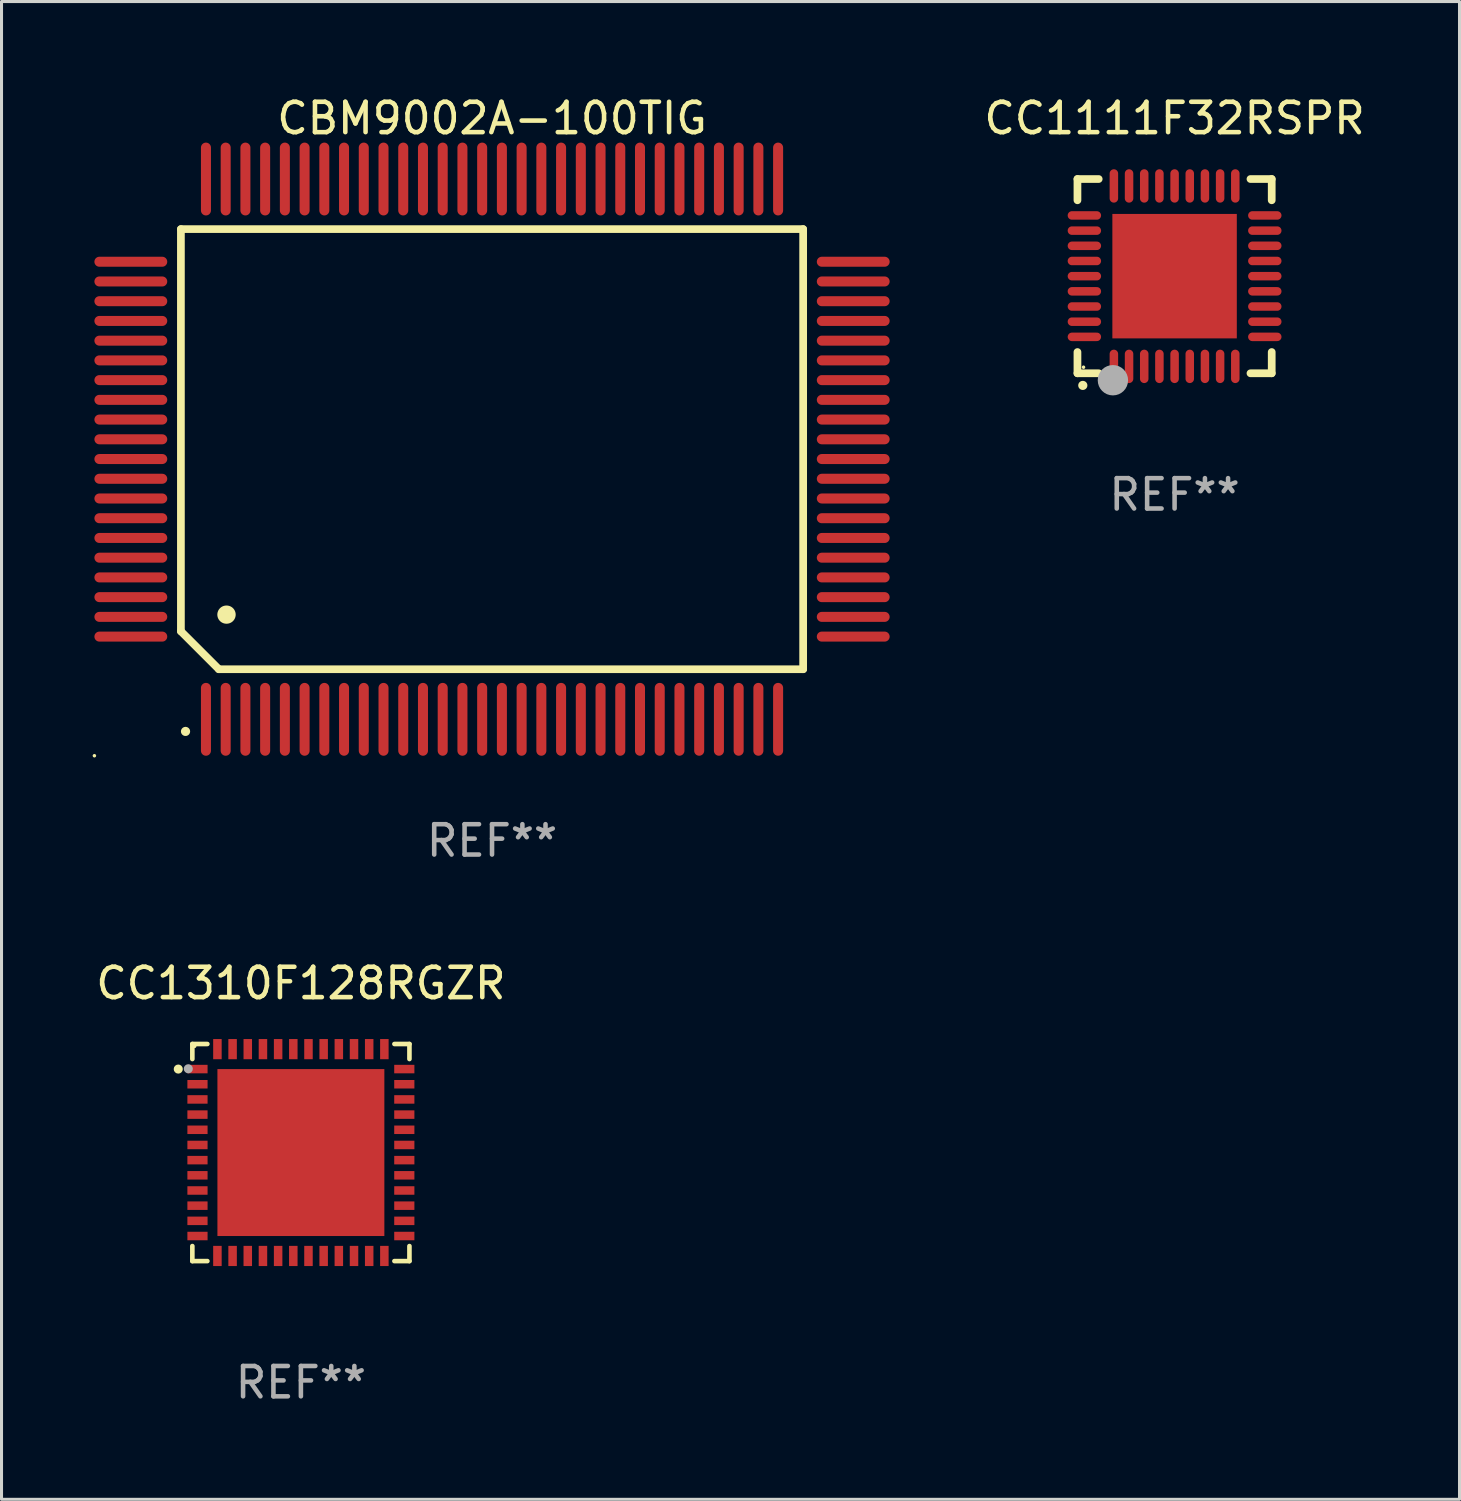
<source format=kicad_pcb>
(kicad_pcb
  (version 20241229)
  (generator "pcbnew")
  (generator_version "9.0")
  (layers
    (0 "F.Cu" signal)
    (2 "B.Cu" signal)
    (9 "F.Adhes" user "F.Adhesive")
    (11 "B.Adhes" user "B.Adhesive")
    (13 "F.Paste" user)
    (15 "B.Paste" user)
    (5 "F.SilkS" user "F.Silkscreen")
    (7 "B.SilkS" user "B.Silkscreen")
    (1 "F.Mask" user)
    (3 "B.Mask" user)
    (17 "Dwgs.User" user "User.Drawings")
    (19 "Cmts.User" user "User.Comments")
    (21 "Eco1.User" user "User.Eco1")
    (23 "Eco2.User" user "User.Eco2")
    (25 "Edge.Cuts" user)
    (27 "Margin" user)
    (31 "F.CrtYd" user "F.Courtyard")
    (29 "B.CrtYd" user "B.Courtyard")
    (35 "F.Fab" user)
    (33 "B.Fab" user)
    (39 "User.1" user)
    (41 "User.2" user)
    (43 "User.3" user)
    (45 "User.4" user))
  (footprint "CBM9002A-100TIG"
    (layer "F.Cu")
    (at 13.16 11.748)
    (property "Reference" "CBM9002A-100TIG" (at 0 -10.9 0) (layer "F.SilkS") (effects (font (size 1 1) (thickness 0.15))))
    (attr through_hole)
    (fp_line (start -10.25 -7.25) (end 10.25 -7.25) (stroke (width 0.254) (type solid)) (layer "F.SilkS"))
    (fp_line (start -10.25 6) (end -10.25 -7.25) (stroke (width 0.254) (type solid)) (layer "F.SilkS"))
    (fp_line (start -9 7.25) (end -10.25 6) (stroke (width 0.254) (type solid)) (layer "F.SilkS"))
    (fp_line (start 10.25 -7.25) (end 10.25 7.25) (stroke (width 0.254) (type solid)) (layer "F.SilkS"))
    (fp_line (start 10.25 7.25) (end -9 7.25) (stroke (width 0.254) (type solid)) (layer "F.SilkS"))
    (fp_arc (start -10.09906 9.298959) (mid -10.09779 9.298954) (end -10.09652 9.298959) (stroke (width 0.3) (type solid)) (layer "F.SilkS"))
    (fp_arc (start -8.750318 5.450851) (mid -8.747778 5.45084) (end -8.745238 5.450851) (stroke (width 0.6) (type solid)) (layer "F.SilkS"))
    (fp_circle (center -13.1 10.1) (end -13.07 10.1) (stroke (width 0.06) (type solid)) (fill no) (layer "F.SilkS"))
    (fp_text user "REF**" (at 0 12.9 0) (layer "F.Fab") (effects (font (size 1 1) (thickness 0.15))))
    (pad "1" smd oval (at -9.425 8.9 180) (size 0.33 2.4) (layers "F.Cu" "F.Mask" "F.Paste"))
    (pad "2" smd oval (at -8.775 8.9 180) (size 0.33 2.4) (layers "F.Cu" "F.Mask" "F.Paste"))
    (pad "3" smd oval (at -8.125 8.9 180) (size 0.33 2.4) (layers "F.Cu" "F.Mask" "F.Paste"))
    (pad "4" smd oval (at -7.475 8.9 180) (size 0.33 2.4) (layers "F.Cu" "F.Mask" "F.Paste"))
    (pad "5" smd oval (at -6.825 8.9 180) (size 0.33 2.4) (layers "F.Cu" "F.Mask" "F.Paste"))
    (pad "6" smd oval (at -6.175 8.9 180) (size 0.33 2.4) (layers "F.Cu" "F.Mask" "F.Paste"))
    (pad "7" smd oval (at -5.525 8.9 180) (size 0.33 2.4) (layers "F.Cu" "F.Mask" "F.Paste"))
    (pad "8" smd oval (at -4.875 8.9 180) (size 0.33 2.4) (layers "F.Cu" "F.Mask" "F.Paste"))
    (pad "9" smd oval (at -4.225 8.9 180) (size 0.33 2.4) (layers "F.Cu" "F.Mask" "F.Paste"))
    (pad "10" smd oval (at -3.575 8.9 180) (size 0.33 2.4) (layers "F.Cu" "F.Mask" "F.Paste"))
    (pad "11" smd oval (at -2.925 8.9 180) (size 0.33 2.4) (layers "F.Cu" "F.Mask" "F.Paste"))
    (pad "12" smd oval (at -2.275 8.9 180) (size 0.33 2.4) (layers "F.Cu" "F.Mask" "F.Paste"))
    (pad "13" smd oval (at -1.625 8.9 180) (size 0.33 2.4) (layers "F.Cu" "F.Mask" "F.Paste"))
    (pad "14" smd oval (at -0.975 8.9 180) (size 0.33 2.4) (layers "F.Cu" "F.Mask" "F.Paste"))
    (pad "15" smd oval (at -0.325 8.9 180) (size 0.33 2.4) (layers "F.Cu" "F.Mask" "F.Paste"))
    (pad "16" smd oval (at 0.325 8.9 180) (size 0.33 2.4) (layers "F.Cu" "F.Mask" "F.Paste"))
    (pad "17" smd oval (at 0.975 8.9 180) (size 0.33 2.4) (layers "F.Cu" "F.Mask" "F.Paste"))
    (pad "18" smd oval (at 1.625 8.9 180) (size 0.33 2.4) (layers "F.Cu" "F.Mask" "F.Paste"))
    (pad "19" smd oval (at 2.275 8.9 180) (size 0.33 2.4) (layers "F.Cu" "F.Mask" "F.Paste"))
    (pad "20" smd oval (at 2.925 8.9 180) (size 0.33 2.4) (layers "F.Cu" "F.Mask" "F.Paste"))
    (pad "21" smd oval (at 3.575 8.9 180) (size 0.33 2.4) (layers "F.Cu" "F.Mask" "F.Paste"))
    (pad "22" smd oval (at 4.225 8.9 180) (size 0.33 2.4) (layers "F.Cu" "F.Mask" "F.Paste"))
    (pad "23" smd oval (at 4.875 8.9 180) (size 0.33 2.4) (layers "F.Cu" "F.Mask" "F.Paste"))
    (pad "24" smd oval (at 5.525 8.9 180) (size 0.33 2.4) (layers "F.Cu" "F.Mask" "F.Paste"))
    (pad "25" smd oval (at 6.175 8.9 180) (size 0.33 2.4) (layers "F.Cu" "F.Mask" "F.Paste"))
    (pad "26" smd oval (at 6.825 8.9 180) (size 0.33 2.4) (layers "F.Cu" "F.Mask" "F.Paste"))
    (pad "27" smd oval (at 7.475 8.9 180) (size 0.33 2.4) (layers "F.Cu" "F.Mask" "F.Paste"))
    (pad "28" smd oval (at 8.125 8.9 180) (size 0.33 2.4) (layers "F.Cu" "F.Mask" "F.Paste"))
    (pad "29" smd oval (at 8.775 8.9 180) (size 0.33 2.4) (layers "F.Cu" "F.Mask" "F.Paste"))
    (pad "30" smd oval (at 9.425 8.9 180) (size 0.33 2.4) (layers "F.Cu" "F.Mask" "F.Paste"))
    (pad "31" smd oval (at 11.9 6.175 270) (size 0.33 2.4) (layers "F.Cu" "F.Mask" "F.Paste"))
    (pad "32" smd oval (at 11.9 5.525 270) (size 0.33 2.4) (layers "F.Cu" "F.Mask" "F.Paste"))
    (pad "33" smd oval (at 11.9 4.875 270) (size 0.33 2.4) (layers "F.Cu" "F.Mask" "F.Paste"))
    (pad "34" smd oval (at 11.9 4.225 270) (size 0.33 2.4) (layers "F.Cu" "F.Mask" "F.Paste"))
    (pad "35" smd oval (at 11.9 3.575 270) (size 0.33 2.4) (layers "F.Cu" "F.Mask" "F.Paste"))
    (pad "36" smd oval (at 11.9 2.925 270) (size 0.33 2.4) (layers "F.Cu" "F.Mask" "F.Paste"))
    (pad "37" smd oval (at 11.9 2.275 270) (size 0.33 2.4) (layers "F.Cu" "F.Mask" "F.Paste"))
    (pad "38" smd oval (at 11.9 1.625 270) (size 0.33 2.4) (layers "F.Cu" "F.Mask" "F.Paste"))
    (pad "39" smd oval (at 11.9 0.975 270) (size 0.33 2.4) (layers "F.Cu" "F.Mask" "F.Paste"))
    (pad "40" smd oval (at 11.9 0.325 270) (size 0.33 2.4) (layers "F.Cu" "F.Mask" "F.Paste"))
    (pad "41" smd oval (at 11.9 -0.325 270) (size 0.33 2.4) (layers "F.Cu" "F.Mask" "F.Paste"))
    (pad "42" smd oval (at 11.9 -0.975 270) (size 0.33 2.4) (layers "F.Cu" "F.Mask" "F.Paste"))
    (pad "43" smd oval (at 11.9 -1.625 270) (size 0.33 2.4) (layers "F.Cu" "F.Mask" "F.Paste"))
    (pad "44" smd oval (at 11.9 -2.275 270) (size 0.33 2.4) (layers "F.Cu" "F.Mask" "F.Paste"))
    (pad "45" smd oval (at 11.9 -2.925 270) (size 0.33 2.4) (layers "F.Cu" "F.Mask" "F.Paste"))
    (pad "46" smd oval (at 11.9 -3.575 270) (size 0.33 2.4) (layers "F.Cu" "F.Mask" "F.Paste"))
    (pad "47" smd oval (at 11.9 -4.225 270) (size 0.33 2.4) (layers "F.Cu" "F.Mask" "F.Paste"))
    (pad "48" smd oval (at 11.9 -4.875 270) (size 0.33 2.4) (layers "F.Cu" "F.Mask" "F.Paste"))
    (pad "49" smd oval (at 11.9 -5.525 270) (size 0.33 2.4) (layers "F.Cu" "F.Mask" "F.Paste"))
    (pad "50" smd oval (at 11.9 -6.175 270) (size 0.33 2.4) (layers "F.Cu" "F.Mask" "F.Paste"))
    (pad "51" smd oval (at 9.425 -8.9) (size 0.33 2.4) (layers "F.Cu" "F.Mask" "F.Paste"))
    (pad "52" smd oval (at 8.775 -8.9) (size 0.33 2.4) (layers "F.Cu" "F.Mask" "F.Paste"))
    (pad "53" smd oval (at 8.125 -8.9) (size 0.33 2.4) (layers "F.Cu" "F.Mask" "F.Paste"))
    (pad "54" smd oval (at 7.475 -8.9) (size 0.33 2.4) (layers "F.Cu" "F.Mask" "F.Paste"))
    (pad "55" smd oval (at 6.825 -8.9) (size 0.33 2.4) (layers "F.Cu" "F.Mask" "F.Paste"))
    (pad "56" smd oval (at 6.175 -8.9) (size 0.33 2.4) (layers "F.Cu" "F.Mask" "F.Paste"))
    (pad "57" smd oval (at 5.525 -8.9) (size 0.33 2.4) (layers "F.Cu" "F.Mask" "F.Paste"))
    (pad "58" smd oval (at 4.875 -8.9) (size 0.33 2.4) (layers "F.Cu" "F.Mask" "F.Paste"))
    (pad "59" smd oval (at 4.225 -8.9) (size 0.33 2.4) (layers "F.Cu" "F.Mask" "F.Paste"))
    (pad "60" smd oval (at 3.575 -8.9) (size 0.33 2.4) (layers "F.Cu" "F.Mask" "F.Paste"))
    (pad "61" smd oval (at 2.925 -8.9) (size 0.33 2.4) (layers "F.Cu" "F.Mask" "F.Paste"))
    (pad "62" smd oval (at 2.275 -8.9) (size 0.33 2.4) (layers "F.Cu" "F.Mask" "F.Paste"))
    (pad "63" smd oval (at 1.625 -8.9) (size 0.33 2.4) (layers "F.Cu" "F.Mask" "F.Paste"))
    (pad "64" smd oval (at 0.975 -8.9) (size 0.33 2.4) (layers "F.Cu" "F.Mask" "F.Paste"))
    (pad "65" smd oval (at 0.325 -8.9) (size 0.33 2.4) (layers "F.Cu" "F.Mask" "F.Paste"))
    (pad "66" smd oval (at -0.325 -8.9) (size 0.33 2.4) (layers "F.Cu" "F.Mask" "F.Paste"))
    (pad "67" smd oval (at -0.975 -8.9) (size 0.33 2.4) (layers "F.Cu" "F.Mask" "F.Paste"))
    (pad "68" smd oval (at -1.625 -8.9) (size 0.33 2.4) (layers "F.Cu" "F.Mask" "F.Paste"))
    (pad "69" smd oval (at -2.275 -8.9) (size 0.33 2.4) (layers "F.Cu" "F.Mask" "F.Paste"))
    (pad "70" smd oval (at -2.925 -8.9) (size 0.33 2.4) (layers "F.Cu" "F.Mask" "F.Paste"))
    (pad "71" smd oval (at -3.575 -8.9) (size 0.33 2.4) (layers "F.Cu" "F.Mask" "F.Paste"))
    (pad "72" smd oval (at -4.225 -8.9) (size 0.33 2.4) (layers "F.Cu" "F.Mask" "F.Paste"))
    (pad "73" smd oval (at -4.875 -8.9) (size 0.33 2.4) (layers "F.Cu" "F.Mask" "F.Paste"))
    (pad "74" smd oval (at -5.525 -8.9) (size 0.33 2.4) (layers "F.Cu" "F.Mask" "F.Paste"))
    (pad "75" smd oval (at -6.175 -8.9) (size 0.33 2.4) (layers "F.Cu" "F.Mask" "F.Paste"))
    (pad "76" smd oval (at -6.825 -8.9) (size 0.33 2.4) (layers "F.Cu" "F.Mask" "F.Paste"))
    (pad "77" smd oval (at -7.475 -8.9) (size 0.33 2.4) (layers "F.Cu" "F.Mask" "F.Paste"))
    (pad "78" smd oval (at -8.125 -8.9) (size 0.33 2.4) (layers "F.Cu" "F.Mask" "F.Paste"))
    (pad "79" smd oval (at -8.775 -8.9) (size 0.33 2.4) (layers "F.Cu" "F.Mask" "F.Paste"))
    (pad "80" smd oval (at -9.425 -8.9) (size 0.33 2.4) (layers "F.Cu" "F.Mask" "F.Paste"))
    (pad "81" smd oval (at -11.9 -6.175 90) (size 0.33 2.4) (layers "F.Cu" "F.Mask" "F.Paste"))
    (pad "82" smd oval (at -11.9 -5.525 90) (size 0.33 2.4) (layers "F.Cu" "F.Mask" "F.Paste"))
    (pad "83" smd oval (at -11.9 -4.875 90) (size 0.33 2.4) (layers "F.Cu" "F.Mask" "F.Paste"))
    (pad "84" smd oval (at -11.9 -4.225 90) (size 0.33 2.4) (layers "F.Cu" "F.Mask" "F.Paste"))
    (pad "85" smd oval (at -11.9 -3.575 90) (size 0.33 2.4) (layers "F.Cu" "F.Mask" "F.Paste"))
    (pad "86" smd oval (at -11.9 -2.925 90) (size 0.33 2.4) (layers "F.Cu" "F.Mask" "F.Paste"))
    (pad "87" smd oval (at -11.9 -2.275 90) (size 0.33 2.4) (layers "F.Cu" "F.Mask" "F.Paste"))
    (pad "88" smd oval (at -11.9 -1.625 90) (size 0.33 2.4) (layers "F.Cu" "F.Mask" "F.Paste"))
    (pad "89" smd oval (at -11.9 -0.975 90) (size 0.33 2.4) (layers "F.Cu" "F.Mask" "F.Paste"))
    (pad "90" smd oval (at -11.9 -0.325 90) (size 0.33 2.4) (layers "F.Cu" "F.Mask" "F.Paste"))
    (pad "91" smd oval (at -11.9 0.325 90) (size 0.33 2.4) (layers "F.Cu" "F.Mask" "F.Paste"))
    (pad "92" smd oval (at -11.9 0.975 90) (size 0.33 2.4) (layers "F.Cu" "F.Mask" "F.Paste"))
    (pad "93" smd oval (at -11.9 1.625 90) (size 0.33 2.4) (layers "F.Cu" "F.Mask" "F.Paste"))
    (pad "94" smd oval (at -11.9 2.275 90) (size 0.33 2.4) (layers "F.Cu" "F.Mask" "F.Paste"))
    (pad "95" smd oval (at -11.9 2.925 90) (size 0.33 2.4) (layers "F.Cu" "F.Mask" "F.Paste"))
    (pad "96" smd oval (at -11.9 3.575 90) (size 0.33 2.4) (layers "F.Cu" "F.Mask" "F.Paste"))
    (pad "97" smd oval (at -11.9 4.225 90) (size 0.33 2.4) (layers "F.Cu" "F.Mask" "F.Paste"))
    (pad "98" smd oval (at -11.9 4.875 90) (size 0.33 2.4) (layers "F.Cu" "F.Mask" "F.Paste"))
    (pad "99" smd oval (at -11.9 5.525 90) (size 0.33 2.4) (layers "F.Cu" "F.Mask" "F.Paste"))
    (pad "100" smd oval (at -11.9 6.175 90) (size 0.33 2.4) (layers "F.Cu" "F.Mask" "F.Paste")))
  (footprint "CC1310F128RGZR"
    (layer "F.Cu")
    (at 6.863 34.921)
    (property "Reference" "CC1310F128RGZR" (at 0 -5.576 0) (layer "F.SilkS") (effects (font (size 1 1) (thickness 0.15))))
    (attr through_hole)
    (fp_line (start -3.576 -3.576) (end -3.576 -3.081) (stroke (width 0.152) (type solid)) (layer "F.SilkS"))
    (fp_line (start -3.576 3.576) (end -3.576 3.081) (stroke (width 0.152) (type solid)) (layer "F.SilkS"))
    (fp_line (start -3.081 -3.576) (end -3.576 -3.576) (stroke (width 0.152) (type solid)) (layer "F.SilkS"))
    (fp_line (start -3.081 3.576) (end -3.576 3.576) (stroke (width 0.152) (type solid)) (layer "F.SilkS"))
    (fp_line (start 3.081 -3.576) (end 3.576 -3.576) (stroke (width 0.152) (type solid)) (layer "F.SilkS"))
    (fp_line (start 3.081 3.576) (end 3.576 3.576) (stroke (width 0.152) (type solid)) (layer "F.SilkS"))
    (fp_line (start 3.576 -3.576) (end 3.576 -3.081) (stroke (width 0.152) (type solid)) (layer "F.SilkS"))
    (fp_line (start 3.576 3.576) (end 3.576 3.081) (stroke (width 0.152) (type solid)) (layer "F.SilkS"))
    (fp_circle (center -4.04 -2.75) (end -3.965 -2.75) (stroke (width 0.15) (type solid)) (fill no) (layer "F.SilkS"))
    (fp_circle (center -3.5 -3.5) (end -3.47 -3.5) (stroke (width 0.06) (type solid)) (fill no) (layer "F.SilkS"))
    (fp_circle (center -3.71 -2.76) (end -3.635 -2.76) (stroke (width 0.15) (type solid)) (fill no) (layer "F.Fab"))
    (fp_text user "REF**" (at 0 7.576 0) (layer "F.Fab") (effects (font (size 1 1) (thickness 0.15))))
    (pad "1" smd rect (at -3.407 -2.75) (size 0.665 0.28) (layers "F.Cu" "F.Mask" "F.Paste"))
    (pad "2" smd rect (at -3.407 -2.25) (size 0.665 0.28) (layers "F.Cu" "F.Mask" "F.Paste"))
    (pad "3" smd rect (at -3.407 -1.75) (size 0.665 0.28) (layers "F.Cu" "F.Mask" "F.Paste"))
    (pad "4" smd rect (at -3.407 -1.25) (size 0.665 0.28) (layers "F.Cu" "F.Mask" "F.Paste"))
    (pad "5" smd rect (at -3.407 -0.75) (size 0.665 0.28) (layers "F.Cu" "F.Mask" "F.Paste"))
    (pad "6" smd rect (at -3.407 -0.25) (size 0.665 0.28) (layers "F.Cu" "F.Mask" "F.Paste"))
    (pad "7" smd rect (at -3.407 0.25) (size 0.665 0.28) (layers "F.Cu" "F.Mask" "F.Paste"))
    (pad "8" smd rect (at -3.407 0.75) (size 0.665 0.28) (layers "F.Cu" "F.Mask" "F.Paste"))
    (pad "9" smd rect (at -3.407 1.25) (size 0.665 0.28) (layers "F.Cu" "F.Mask" "F.Paste"))
    (pad "10" smd rect (at -3.407 1.75) (size 0.665 0.28) (layers "F.Cu" "F.Mask" "F.Paste"))
    (pad "11" smd rect (at -3.407 2.25) (size 0.665 0.28) (layers "F.Cu" "F.Mask" "F.Paste"))
    (pad "12" smd rect (at -3.407 2.75) (size 0.665 0.28) (layers "F.Cu" "F.Mask" "F.Paste"))
    (pad "13" smd rect (at -2.75 3.407) (size 0.28 0.665) (layers "F.Cu" "F.Mask" "F.Paste"))
    (pad "14" smd rect (at -2.25 3.407) (size 0.28 0.665) (layers "F.Cu" "F.Mask" "F.Paste"))
    (pad "15" smd rect (at -1.75 3.407) (size 0.28 0.665) (layers "F.Cu" "F.Mask" "F.Paste"))
    (pad "16" smd rect (at -1.25 3.407) (size 0.28 0.665) (layers "F.Cu" "F.Mask" "F.Paste"))
    (pad "17" smd rect (at -0.75 3.407) (size 0.28 0.665) (layers "F.Cu" "F.Mask" "F.Paste"))
    (pad "18" smd rect (at -0.25 3.407) (size 0.28 0.665) (layers "F.Cu" "F.Mask" "F.Paste"))
    (pad "19" smd rect (at 0.25 3.407) (size 0.28 0.665) (layers "F.Cu" "F.Mask" "F.Paste"))
    (pad "20" smd rect (at 0.75 3.407) (size 0.28 0.665) (layers "F.Cu" "F.Mask" "F.Paste"))
    (pad "21" smd rect (at 1.25 3.407) (size 0.28 0.665) (layers "F.Cu" "F.Mask" "F.Paste"))
    (pad "22" smd rect (at 1.75 3.407) (size 0.28 0.665) (layers "F.Cu" "F.Mask" "F.Paste"))
    (pad "23" smd rect (at 2.25 3.407) (size 0.28 0.665) (layers "F.Cu" "F.Mask" "F.Paste"))
    (pad "24" smd rect (at 2.75 3.407) (size 0.28 0.665) (layers "F.Cu" "F.Mask" "F.Paste"))
    (pad "25" smd rect (at 3.407 2.75) (size 0.665 0.28) (layers "F.Cu" "F.Mask" "F.Paste"))
    (pad "26" smd rect (at 3.407 2.25) (size 0.665 0.28) (layers "F.Cu" "F.Mask" "F.Paste"))
    (pad "27" smd rect (at 3.407 1.75) (size 0.665 0.28) (layers "F.Cu" "F.Mask" "F.Paste"))
    (pad "28" smd rect (at 3.407 1.25) (size 0.665 0.28) (layers "F.Cu" "F.Mask" "F.Paste"))
    (pad "29" smd rect (at 3.407 0.75) (size 0.665 0.28) (layers "F.Cu" "F.Mask" "F.Paste"))
    (pad "30" smd rect (at 3.407 0.25) (size 0.665 0.28) (layers "F.Cu" "F.Mask" "F.Paste"))
    (pad "31" smd rect (at 3.407 -0.25) (size 0.665 0.28) (layers "F.Cu" "F.Mask" "F.Paste"))
    (pad "32" smd rect (at 3.407 -0.75) (size 0.665 0.28) (layers "F.Cu" "F.Mask" "F.Paste"))
    (pad "33" smd rect (at 3.407 -1.25) (size 0.665 0.28) (layers "F.Cu" "F.Mask" "F.Paste"))
    (pad "34" smd rect (at 3.407 -1.75) (size 0.665 0.28) (layers "F.Cu" "F.Mask" "F.Paste"))
    (pad "35" smd rect (at 3.407 -2.25) (size 0.665 0.28) (layers "F.Cu" "F.Mask" "F.Paste"))
    (pad "36" smd rect (at 3.407 -2.75) (size 0.665 0.28) (layers "F.Cu" "F.Mask" "F.Paste"))
    (pad "37" smd rect (at 2.75 -3.407) (size 0.28 0.665) (layers "F.Cu" "F.Mask" "F.Paste"))
    (pad "38" smd rect (at 2.25 -3.407) (size 0.28 0.665) (layers "F.Cu" "F.Mask" "F.Paste"))
    (pad "39" smd rect (at 1.75 -3.407) (size 0.28 0.665) (layers "F.Cu" "F.Mask" "F.Paste"))
    (pad "40" smd rect (at 1.25 -3.407) (size 0.28 0.665) (layers "F.Cu" "F.Mask" "F.Paste"))
    (pad "41" smd rect (at 0.75 -3.407) (size 0.28 0.665) (layers "F.Cu" "F.Mask" "F.Paste"))
    (pad "42" smd rect (at 0.25 -3.407) (size 0.28 0.665) (layers "F.Cu" "F.Mask" "F.Paste"))
    (pad "43" smd rect (at -0.25 -3.407) (size 0.28 0.665) (layers "F.Cu" "F.Mask" "F.Paste"))
    (pad "44" smd rect (at -0.75 -3.407) (size 0.28 0.665) (layers "F.Cu" "F.Mask" "F.Paste"))
    (pad "45" smd rect (at -1.25 -3.407) (size 0.28 0.665) (layers "F.Cu" "F.Mask" "F.Paste"))
    (pad "46" smd rect (at -1.75 -3.407) (size 0.28 0.665) (layers "F.Cu" "F.Mask" "F.Paste"))
    (pad "47" smd rect (at -2.25 -3.407) (size 0.28 0.665) (layers "F.Cu" "F.Mask" "F.Paste"))
    (pad "48" smd rect (at -2.75 -3.407) (size 0.28 0.665) (layers "F.Cu" "F.Mask" "F.Paste"))
    (pad "49" smd rect (at 0 0) (size 5.5 5.5) (layers "F.Cu" "F.Mask" "F.Paste")))
  (footprint "CC1111F32RSPR"
    (layer "F.Cu")
    (at 35.647 6.048)
    (property "Reference" "CC1111F32RSPR" (at 0 -5.2 0) (layer "F.SilkS") (effects (font (size 1 1) (thickness 0.15))))
    (attr through_hole)
    (fp_line (start -3.2 -3.2) (end -2.5 -3.2) (stroke (width 0.254) (type solid)) (layer "F.SilkS"))
    (fp_line (start -3.2 -2.5) (end -3.2 -3.2) (stroke (width 0.254) (type solid)) (layer "F.SilkS"))
    (fp_line (start -3.2 3.2) (end -3.2 2.5) (stroke (width 0.254) (type solid)) (layer "F.SilkS"))
    (fp_line (start -2.5 3.2) (end -3.2 3.2) (stroke (width 0.254) (type solid)) (layer "F.SilkS"))
    (fp_line (start 3.2 -3.2) (end 2.5 -3.2) (stroke (width 0.254) (type solid)) (layer "F.SilkS"))
    (fp_line (start 3.2 -2.5) (end 3.2 -3.2) (stroke (width 0.254) (type solid)) (layer "F.SilkS"))
    (fp_line (start 3.2 2.5) (end 3.2 3.2) (stroke (width 0.254) (type solid)) (layer "F.SilkS"))
    (fp_line (start 3.2 3.2) (end 2.5 3.2) (stroke (width 0.254) (type solid)) (layer "F.SilkS"))
    (fp_arc (start -3.025146 3.599187) (mid -3.023876 3.599182) (end -3.022606 3.599187) (stroke (width 0.3) (type solid)) (layer "F.SilkS"))
    (fp_circle (center -3 3) (end -2.97 3) (stroke (width 0.06) (type solid)) (fill no) (layer "F.SilkS"))
    (fp_circle (center -2.032 3.429) (end -1.782 3.429) (stroke (width 0.5) (type solid)) (fill no) (layer "F.Fab"))
    (fp_text user "REF**" (at 0 7.2 0) (layer "F.Fab") (effects (font (size 1 1) (thickness 0.15))))
    (pad "1" smd oval (at -2 2.972) (size 0.28 1.1) (layers "F.Cu" "F.Mask" "F.Paste"))
    (pad "2" smd oval (at -1.5 2.972) (size 0.28 1.1) (layers "F.Cu" "F.Mask" "F.Paste"))
    (pad "3" smd oval (at -1 2.972) (size 0.28 1.1) (layers "F.Cu" "F.Mask" "F.Paste"))
    (pad "4" smd oval (at -0.5 2.972) (size 0.28 1.1) (layers "F.Cu" "F.Mask" "F.Paste"))
    (pad "5" smd oval (at 0.000102 2.972) (size 0.28 1.1) (layers "F.Cu" "F.Mask" "F.Paste"))
    (pad "6" smd oval (at 0.5 2.972) (size 0.28 1.1) (layers "F.Cu" "F.Mask" "F.Paste"))
    (pad "7" smd oval (at 1 2.972) (size 0.28 1.1) (layers "F.Cu" "F.Mask" "F.Paste"))
    (pad "8" smd oval (at 1.5 2.972) (size 0.28 1.1) (layers "F.Cu" "F.Mask" "F.Paste"))
    (pad "9" smd oval (at 2 2.972) (size 0.28 1.1) (layers "F.Cu" "F.Mask" "F.Paste"))
    (pad "10" smd oval (at 2.972 2 90) (size 0.28 1.1) (layers "F.Cu" "F.Mask" "F.Paste"))
    (pad "11" smd oval (at 2.972 1.5 90) (size 0.28 1.1) (layers "F.Cu" "F.Mask" "F.Paste"))
    (pad "12" smd oval (at 2.972 1 90) (size 0.28 1.1) (layers "F.Cu" "F.Mask" "F.Paste"))
    (pad "13" smd oval (at 2.972 0.5 90) (size 0.28 1.1) (layers "F.Cu" "F.Mask" "F.Paste"))
    (pad "14" smd oval (at 2.972 0.000102 90) (size 0.28 1.1) (layers "F.Cu" "F.Mask" "F.Paste"))
    (pad "15" smd oval (at 2.972 -0.5 90) (size 0.28 1.1) (layers "F.Cu" "F.Mask" "F.Paste"))
    (pad "16" smd oval (at 2.972 -1 90) (size 0.28 1.1) (layers "F.Cu" "F.Mask" "F.Paste"))
    (pad "17" smd oval (at 2.972 -1.5 90) (size 0.28 1.1) (layers "F.Cu" "F.Mask" "F.Paste"))
    (pad "18" smd oval (at 2.972 -2 90) (size 0.28 1.1) (layers "F.Cu" "F.Mask" "F.Paste"))
    (pad "19" smd oval (at 2 -2.972 180) (size 0.28 1.1) (layers "F.Cu" "F.Mask" "F.Paste"))
    (pad "20" smd oval (at 1.5 -2.972 180) (size 0.28 1.1) (layers "F.Cu" "F.Mask" "F.Paste"))
    (pad "21" smd oval (at 1 -2.972 180) (size 0.28 1.1) (layers "F.Cu" "F.Mask" "F.Paste"))
    (pad "22" smd oval (at 0.5 -2.972 180) (size 0.28 1.1) (layers "F.Cu" "F.Mask" "F.Paste"))
    (pad "23" smd oval (at 0.000102 -2.972 180) (size 0.28 1.1) (layers "F.Cu" "F.Mask" "F.Paste"))
    (pad "24" smd oval (at -0.5 -2.972 180) (size 0.28 1.1) (layers "F.Cu" "F.Mask" "F.Paste"))
    (pad "25" smd oval (at -1 -2.972 180) (size 0.28 1.1) (layers "F.Cu" "F.Mask" "F.Paste"))
    (pad "26" smd oval (at -1.5 -2.972 180) (size 0.28 1.1) (layers "F.Cu" "F.Mask" "F.Paste"))
    (pad "27" smd oval (at -2 -2.972 180) (size 0.28 1.1) (layers "F.Cu" "F.Mask" "F.Paste"))
    (pad "28" smd oval (at -2.972 -2 270) (size 0.28 1.1) (layers "F.Cu" "F.Mask" "F.Paste"))
    (pad "29" smd oval (at -2.972 -1.5 270) (size 0.28 1.1) (layers "F.Cu" "F.Mask" "F.Paste"))
    (pad "30" smd oval (at -2.972 -1 270) (size 0.28 1.1) (layers "F.Cu" "F.Mask" "F.Paste"))
    (pad "31" smd oval (at -2.972 -0.5 270) (size 0.28 1.1) (layers "F.Cu" "F.Mask" "F.Paste"))
    (pad "32" smd oval (at -2.972 0.000102 270) (size 0.28 1.1) (layers "F.Cu" "F.Mask" "F.Paste"))
    (pad "33" smd oval (at -2.972 0.5 270) (size 0.28 1.1) (layers "F.Cu" "F.Mask" "F.Paste"))
    (pad "34" smd oval (at -2.972 1 270) (size 0.28 1.1) (layers "F.Cu" "F.Mask" "F.Paste"))
    (pad "35" smd oval (at -2.972 1.5 270) (size 0.28 1.1) (layers "F.Cu" "F.Mask" "F.Paste"))
    (pad "36" smd oval (at -2.972 2 270) (size 0.28 1.1) (layers "F.Cu" "F.Mask" "F.Paste"))
    (pad "37" smd rect (at 0.000102 0.000102) (size 4.1 4.1) (layers "F.Cu" "F.Mask" "F.Paste")))
  (gr_rect
    (start -3 -3)
    (end 45.034 46.345)
    (stroke (width 0.1) (type default))
    (fill no)
    (layer "Edge.Cuts")))
</source>
